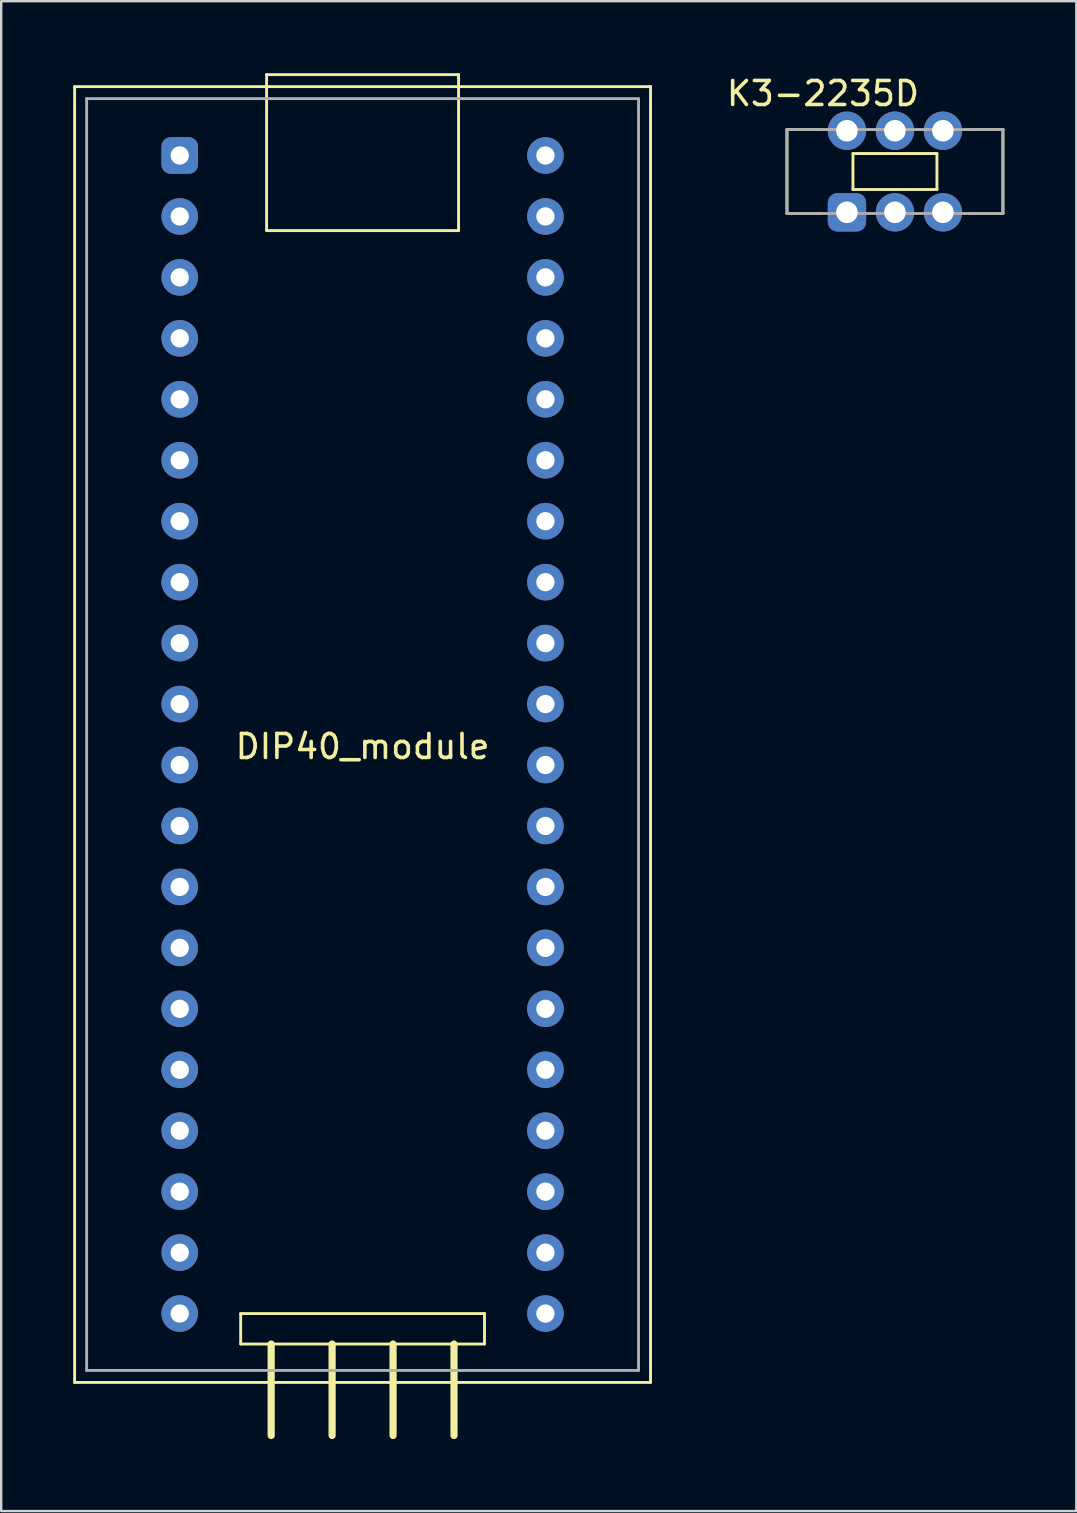
<source format=kicad_pcb>
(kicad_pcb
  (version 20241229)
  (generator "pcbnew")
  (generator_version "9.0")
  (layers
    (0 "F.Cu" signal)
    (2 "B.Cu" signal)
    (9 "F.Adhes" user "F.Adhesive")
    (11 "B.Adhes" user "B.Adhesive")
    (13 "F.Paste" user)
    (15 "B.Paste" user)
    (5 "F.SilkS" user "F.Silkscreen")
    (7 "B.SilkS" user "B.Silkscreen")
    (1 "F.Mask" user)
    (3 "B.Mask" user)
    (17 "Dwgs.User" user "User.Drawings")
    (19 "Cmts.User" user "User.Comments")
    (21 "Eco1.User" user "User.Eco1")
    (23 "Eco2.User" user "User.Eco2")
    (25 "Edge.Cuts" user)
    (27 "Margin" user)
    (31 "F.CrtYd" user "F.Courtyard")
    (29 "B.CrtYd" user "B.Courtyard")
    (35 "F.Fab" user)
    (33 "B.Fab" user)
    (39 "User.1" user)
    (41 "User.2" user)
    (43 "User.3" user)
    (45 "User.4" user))
  (footprint "K3-2235D"
    (layer "F.Cu")
    (at 34.245 4.098)
    (property "Reference" "K3-2235D" (at -3 -3.25 0) (layer "F.SilkS") (effects (font (size 1 1) (thickness 0.15))))
    (attr through_hole)
    (fp_line (start -4.5 -1.75) (end -3.1 -1.75) (stroke (width 0.12) (type solid)) (layer "F.SilkS"))
    (fp_line (start -4.5 1.75) (end -4.5 -1.75) (stroke (width 0.12) (type solid)) (layer "F.SilkS"))
    (fp_line (start -3.1 1.75) (end -4.5 1.75) (stroke (width 0.12) (type solid)) (layer "F.SilkS"))
    (fp_line (start -1.75 -0.75) (end 1.75 -0.75) (stroke (width 0.12) (type solid)) (layer "F.SilkS"))
    (fp_line (start -1.75 0.75) (end -1.75 -0.75) (stroke (width 0.12) (type solid)) (layer "F.SilkS"))
    (fp_line (start 1.75 -0.75) (end 1.75 0.75) (stroke (width 0.12) (type solid)) (layer "F.SilkS"))
    (fp_line (start 1.75 0.75) (end -1.75 0.75) (stroke (width 0.12) (type solid)) (layer "F.SilkS"))
    (fp_line (start 4.5 -1.75) (end 3.1 -1.75) (stroke (width 0.12) (type solid)) (layer "F.SilkS"))
    (fp_line (start 4.5 1.75) (end 3.1 1.75) (stroke (width 0.12) (type solid)) (layer "F.SilkS"))
    (fp_line (start 4.5 1.75) (end 4.5 -1.75) (stroke (width 0.12) (type solid)) (layer "F.SilkS"))
    (fp_line (start -4.5 -1.75) (end 4.5 -1.75) (stroke (width 0.12) (type solid)) (layer "F.Fab"))
    (fp_line (start -4.5 1.75) (end -4.5 -1.75) (stroke (width 0.12) (type solid)) (layer "F.Fab"))
    (fp_line (start 4.5 -1.75) (end 4.5 1.75) (stroke (width 0.12) (type solid)) (layer "F.Fab"))
    (fp_line (start 4.5 1.75) (end -4.5 1.75) (stroke (width 0.12) (type solid)) (layer "F.Fab"))
    (pad "1" thru_hole roundrect (at -2 1.7) (size 1.6 1.6) (drill 0.9) (layers "*.Cu" "*.Mask") (roundrect_rratio 0.25))
    (pad "2" thru_hole circle (at 0 1.7) (size 1.6 1.6) (drill 0.9) (layers "*.Cu" "*.Mask"))
    (pad "3" thru_hole circle (at 2 1.7) (size 1.6 1.6) (drill 0.9) (layers "*.Cu" "*.Mask"))
    (pad "4" thru_hole circle (at 2 -1.7) (size 1.6 1.6) (drill 0.9) (layers "*.Cu" "*.Mask"))
    (pad "5" thru_hole circle (at 0 -1.7) (size 1.6 1.6) (drill 0.9) (layers "*.Cu" "*.Mask"))
    (pad "6" thru_hole circle (at -2 -1.7) (size 1.6 1.6) (drill 0.9) (layers "*.Cu" "*.Mask")))
  (footprint "DIP40_module"
    (layer "F.Cu")
    (at 12.06 27.56)
    (property "Reference" "DIP40_module" (at 0 0.5 0) (layer "F.SilkS") (effects (font (size 1 1) (thickness 0.15))))
    (attr through_hole)
    (fp_line (start -12 -27) (end -12 27) (stroke (width 0.12) (type solid)) (layer "F.SilkS"))
    (fp_line (start -12 27) (end 12 27) (stroke (width 0.12) (type solid)) (layer "F.SilkS"))
    (fp_line (start -5.08 24.13) (end -5.08 25.4) (stroke (width 0.12) (type solid)) (layer "F.SilkS"))
    (fp_line (start -5.08 25.4) (end 5.08 25.4) (stroke (width 0.12) (type solid)) (layer "F.SilkS"))
    (fp_line (start -4 -27.5) (end 4 -27.5) (stroke (width 0.12) (type solid)) (layer "F.SilkS"))
    (fp_line (start -4 -27) (end -4 -27.5) (stroke (width 0.12) (type solid)) (layer "F.SilkS"))
    (fp_line (start -4 -27) (end -4 -21) (stroke (width 0.12) (type solid)) (layer "F.SilkS"))
    (fp_line (start -4 -21) (end 4 -21) (stroke (width 0.12) (type solid)) (layer "F.SilkS"))
    (fp_line (start -3.81 25.4) (end -3.81 29.21) (stroke (width 0.3) (type solid)) (layer "F.SilkS"))
    (fp_line (start -1.27 25.4) (end -1.27 29.21) (stroke (width 0.3) (type solid)) (layer "F.SilkS"))
    (fp_line (start 1.27 25.4) (end 1.27 29.21) (stroke (width 0.3) (type solid)) (layer "F.SilkS"))
    (fp_line (start 3.81 25.4) (end 3.81 29.21) (stroke (width 0.3) (type solid)) (layer "F.SilkS"))
    (fp_line (start 4 -27.5) (end 4 -27) (stroke (width 0.12) (type solid)) (layer "F.SilkS"))
    (fp_line (start 4 -21) (end 4 -27) (stroke (width 0.12) (type solid)) (layer "F.SilkS"))
    (fp_line (start 5.08 24.13) (end -5.08 24.13) (stroke (width 0.12) (type solid)) (layer "F.SilkS"))
    (fp_line (start 5.08 25.4) (end 5.08 24.13) (stroke (width 0.12) (type solid)) (layer "F.SilkS"))
    (fp_line (start 12 -27) (end -12 -27) (stroke (width 0.12) (type solid)) (layer "F.SilkS"))
    (fp_line (start 12 27) (end 12 -27) (stroke (width 0.12) (type solid)) (layer "F.SilkS"))
    (fp_line (start -11.5 -26.5) (end 11.5 -26.5) (stroke (width 0.12) (type solid)) (layer "F.Fab"))
    (fp_line (start -11.5 26.5) (end -11.5 -26.5) (stroke (width 0.12) (type solid)) (layer "F.Fab"))
    (fp_line (start 11.5 -26.5) (end 11.5 26.5) (stroke (width 0.12) (type solid)) (layer "F.Fab"))
    (fp_line (start 11.5 26.5) (end -11.5 26.5) (stroke (width 0.12) (type solid)) (layer "F.Fab"))
    (pad "1" thru_hole roundrect (at -7.62 -24.13) (size 1.524 1.524) (drill 0.762) (layers "*.Cu" "*.Mask") (roundrect_rratio 0.25))
    (pad "2" thru_hole circle (at -7.62 -21.59) (size 1.524 1.524) (drill 0.762) (layers "*.Cu" "*.Mask"))
    (pad "3" thru_hole circle (at -7.62 -19.05) (size 1.524 1.524) (drill 0.762) (layers "*.Cu" "*.Mask"))
    (pad "4" thru_hole circle (at -7.62 -16.51) (size 1.524 1.524) (drill 0.762) (layers "*.Cu" "*.Mask"))
    (pad "5" thru_hole circle (at -7.62 -13.97) (size 1.524 1.524) (drill 0.762) (layers "*.Cu" "*.Mask"))
    (pad "6" thru_hole circle (at -7.62 -11.43) (size 1.524 1.524) (drill 0.762) (layers "*.Cu" "*.Mask"))
    (pad "7" thru_hole circle (at -7.62 -8.89) (size 1.524 1.524) (drill 0.762) (layers "*.Cu" "*.Mask"))
    (pad "8" thru_hole circle (at -7.62 -6.35) (size 1.524 1.524) (drill 0.762) (layers "*.Cu" "*.Mask"))
    (pad "9" thru_hole circle (at -7.62 -3.81) (size 1.524 1.524) (drill 0.762) (layers "*.Cu" "*.Mask"))
    (pad "10" thru_hole circle (at -7.62 -1.27) (size 1.524 1.524) (drill 0.762) (layers "*.Cu" "*.Mask"))
    (pad "11" thru_hole circle (at -7.62 1.27) (size 1.524 1.524) (drill 0.762) (layers "*.Cu" "*.Mask"))
    (pad "12" thru_hole circle (at -7.62 3.81) (size 1.524 1.524) (drill 0.762) (layers "*.Cu" "*.Mask"))
    (pad "13" thru_hole circle (at -7.62 6.35) (size 1.524 1.524) (drill 0.762) (layers "*.Cu" "*.Mask"))
    (pad "14" thru_hole circle (at -7.62 8.89) (size 1.524 1.524) (drill 0.762) (layers "*.Cu" "*.Mask"))
    (pad "15" thru_hole circle (at -7.62 11.43) (size 1.524 1.524) (drill 0.762) (layers "*.Cu" "*.Mask"))
    (pad "16" thru_hole circle (at -7.62 13.97) (size 1.524 1.524) (drill 0.762) (layers "*.Cu" "*.Mask"))
    (pad "17" thru_hole circle (at -7.62 16.51) (size 1.524 1.524) (drill 0.762) (layers "*.Cu" "*.Mask"))
    (pad "18" thru_hole circle (at -7.62 19.05) (size 1.524 1.524) (drill 0.762) (layers "*.Cu" "*.Mask"))
    (pad "19" thru_hole circle (at -7.62 21.59) (size 1.524 1.524) (drill 0.762) (layers "*.Cu" "*.Mask"))
    (pad "20" thru_hole circle (at -7.62 24.13) (size 1.524 1.524) (drill 0.762) (layers "*.Cu" "*.Mask"))
    (pad "21" thru_hole circle (at 7.62 24.13) (size 1.524 1.524) (drill 0.762) (layers "*.Cu" "*.Mask"))
    (pad "22" thru_hole circle (at 7.62 21.59) (size 1.524 1.524) (drill 0.762) (layers "*.Cu" "*.Mask"))
    (pad "23" thru_hole circle (at 7.62 19.05) (size 1.524 1.524) (drill 0.762) (layers "*.Cu" "*.Mask"))
    (pad "24" thru_hole circle (at 7.62 16.51) (size 1.524 1.524) (drill 0.762) (layers "*.Cu" "*.Mask"))
    (pad "25" thru_hole circle (at 7.62 13.97) (size 1.524 1.524) (drill 0.762) (layers "*.Cu" "*.Mask"))
    (pad "26" thru_hole circle (at 7.62 11.43) (size 1.524 1.524) (drill 0.762) (layers "*.Cu" "*.Mask"))
    (pad "27" thru_hole circle (at 7.62 8.89) (size 1.524 1.524) (drill 0.762) (layers "*.Cu" "*.Mask"))
    (pad "28" thru_hole circle (at 7.62 6.35) (size 1.524 1.524) (drill 0.762) (layers "*.Cu" "*.Mask"))
    (pad "29" thru_hole circle (at 7.62 3.81) (size 1.524 1.524) (drill 0.762) (layers "*.Cu" "*.Mask"))
    (pad "30" thru_hole circle (at 7.62 1.27) (size 1.524 1.524) (drill 0.762) (layers "*.Cu" "*.Mask"))
    (pad "31" thru_hole circle (at 7.62 -1.27) (size 1.524 1.524) (drill 0.762) (layers "*.Cu" "*.Mask"))
    (pad "32" thru_hole circle (at 7.62 -3.81) (size 1.524 1.524) (drill 0.762) (layers "*.Cu" "*.Mask"))
    (pad "33" thru_hole circle (at 7.62 -6.35) (size 1.524 1.524) (drill 0.762) (layers "*.Cu" "*.Mask"))
    (pad "34" thru_hole circle (at 7.62 -8.89) (size 1.524 1.524) (drill 0.762) (layers "*.Cu" "*.Mask"))
    (pad "35" thru_hole circle (at 7.62 -11.43) (size 1.524 1.524) (drill 0.762) (layers "*.Cu" "*.Mask"))
    (pad "36" thru_hole circle (at 7.62 -13.97) (size 1.524 1.524) (drill 0.762) (layers "*.Cu" "*.Mask"))
    (pad "37" thru_hole circle (at 7.62 -16.51) (size 1.524 1.524) (drill 0.762) (layers "*.Cu" "*.Mask"))
    (pad "38" thru_hole circle (at 7.62 -19.05) (size 1.524 1.524) (drill 0.762) (layers "*.Cu" "*.Mask"))
    (pad "39" thru_hole circle (at 7.62 -21.59) (size 1.524 1.524) (drill 0.762) (layers "*.Cu" "*.Mask"))
    (pad "40" thru_hole circle (at 7.62 -24.13) (size 1.524 1.524) (drill 0.762) (layers "*.Cu" "*.Mask")))
  (gr_rect
    (start -3 -3)
    (end 41.805 59.92)
    (stroke (width 0.1) (type default))
    (fill no)
    (layer "Edge.Cuts")))
</source>
